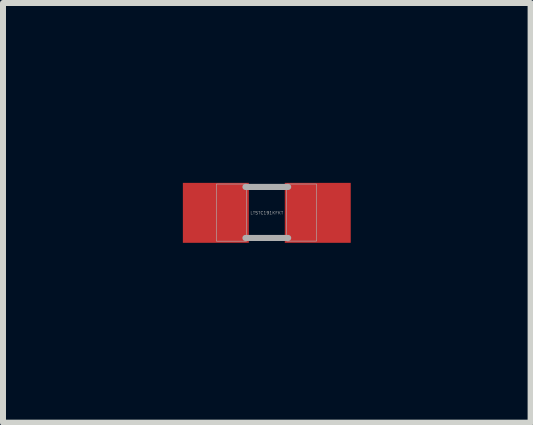
<source format=kicad_pcb>
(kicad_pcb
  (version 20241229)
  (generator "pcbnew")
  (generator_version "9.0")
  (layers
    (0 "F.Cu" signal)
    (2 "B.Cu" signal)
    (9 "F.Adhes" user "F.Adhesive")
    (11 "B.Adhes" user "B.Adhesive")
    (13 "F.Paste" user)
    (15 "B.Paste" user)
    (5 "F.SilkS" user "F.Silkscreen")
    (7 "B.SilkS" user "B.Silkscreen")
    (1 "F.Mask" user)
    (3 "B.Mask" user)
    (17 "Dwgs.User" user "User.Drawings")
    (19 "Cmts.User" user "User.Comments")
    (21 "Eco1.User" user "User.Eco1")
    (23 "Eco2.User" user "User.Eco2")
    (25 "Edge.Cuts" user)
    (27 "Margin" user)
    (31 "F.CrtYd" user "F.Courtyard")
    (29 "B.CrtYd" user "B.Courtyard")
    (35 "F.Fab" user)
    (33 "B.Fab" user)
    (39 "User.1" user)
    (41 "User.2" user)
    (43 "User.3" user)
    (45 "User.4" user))
  (footprint "LTSTC191KFKT"
    (layer "F.Cu")
    (at 1.4 0.5)
    (property "Reference" "LTSTC191KFKT" (at 0 0 0) (layer "F.Fab") (effects (font (size 0.051 0.051) (thickness 0.006))))
    (attr smd)
    (fp_line (start -0.356 -0.432) (end 0.356 -0.432) (stroke (width 0.102) (type solid)) (layer "F.Fab"))
    (fp_line (start -0.356 0.419) (end 0.356 0.419) (stroke (width 0.102) (type solid)) (layer "F.Fab"))
    (fp_poly (pts (xy -0.841 -0.48) (xy -0.338 -0.48) (xy -0.338 0.472) (xy -0.841 0.472)) (stroke (width 0.01) (type solid)) (fill no) (layer "F.Fab"))
    (fp_poly (pts (xy 0.331 -0.48) (xy 0.83 -0.48) (xy 0.83 0.471) (xy 0.331 0.471)) (stroke (width 0.01) (type solid)) (fill no) (layer "F.Fab"))
    (pad "1" smd rect (at -0.85 0) (size 1.1 1) (layers "F.Cu" "F.Mask" "F.Paste"))
    (pad "2" smd rect (at 0.85 0) (size 1.1 1) (layers "F.Cu" "F.Mask" "F.Paste")))
  (gr_rect
    (start -3 -3)
    (end 5.8 4)
    (stroke (width 0.1) (type default))
    (fill no)
    (layer "Edge.Cuts")))
</source>
